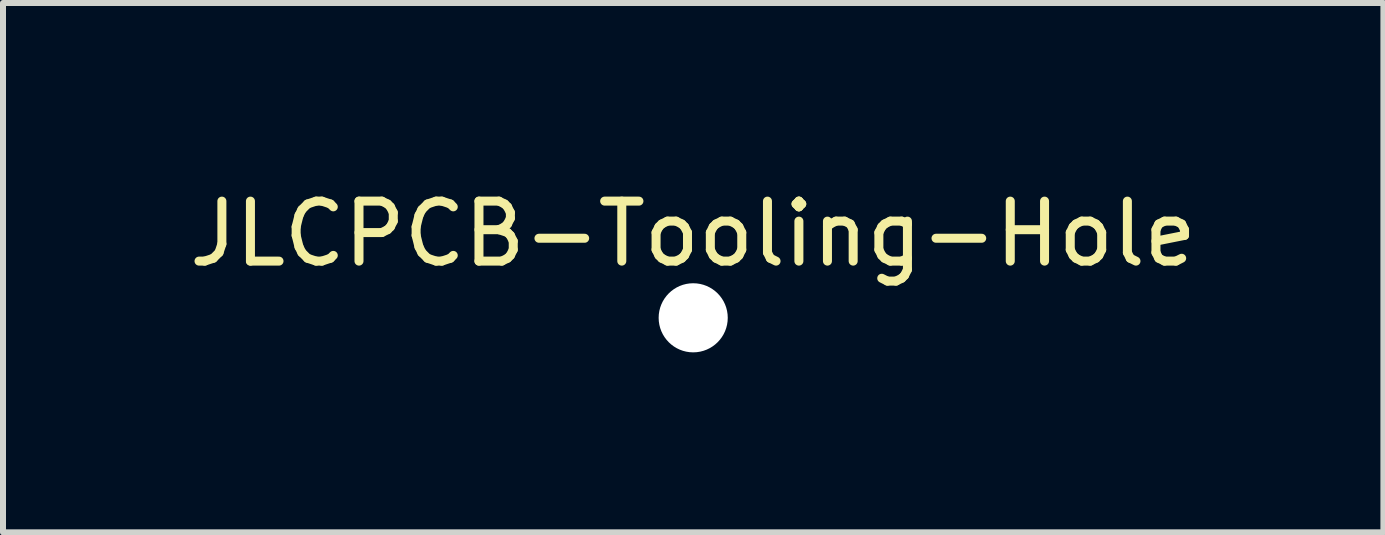
<source format=kicad_pcb>
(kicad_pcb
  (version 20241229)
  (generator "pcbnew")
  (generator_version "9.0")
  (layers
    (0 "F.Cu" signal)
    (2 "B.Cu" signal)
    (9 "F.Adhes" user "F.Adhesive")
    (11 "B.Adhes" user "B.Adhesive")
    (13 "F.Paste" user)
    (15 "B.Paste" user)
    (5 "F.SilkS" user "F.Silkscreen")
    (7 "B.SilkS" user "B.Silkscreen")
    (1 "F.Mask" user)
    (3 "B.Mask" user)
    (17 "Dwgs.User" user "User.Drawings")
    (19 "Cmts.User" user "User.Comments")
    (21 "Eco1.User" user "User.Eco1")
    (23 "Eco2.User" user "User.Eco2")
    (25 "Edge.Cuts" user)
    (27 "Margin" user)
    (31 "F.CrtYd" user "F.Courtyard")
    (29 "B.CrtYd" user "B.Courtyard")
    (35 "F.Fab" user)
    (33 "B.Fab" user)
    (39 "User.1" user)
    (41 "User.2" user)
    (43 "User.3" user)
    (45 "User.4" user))
  (footprint "JLCPCB-Tooling-Hole"
    (layer "F.Cu")
    (at 8.506 2.248)
    (property "Reference" "JLCPCB-Tooling-Hole" (at 0 -1.4 0) (layer "F.SilkS") (effects (font (size 1 1) (thickness 0.15))))
    (attr through_hole)
    (pad "" np_thru_hole circle (at 0 0) (size 1.152 1.152) (drill 1.152) (layers "*.Cu" "*.Mask")))
  (gr_rect
    (start -3 -3)
    (end 20.012 5.824)
    (stroke (width 0.1) (type default))
    (fill no)
    (layer "Edge.Cuts")))
</source>
